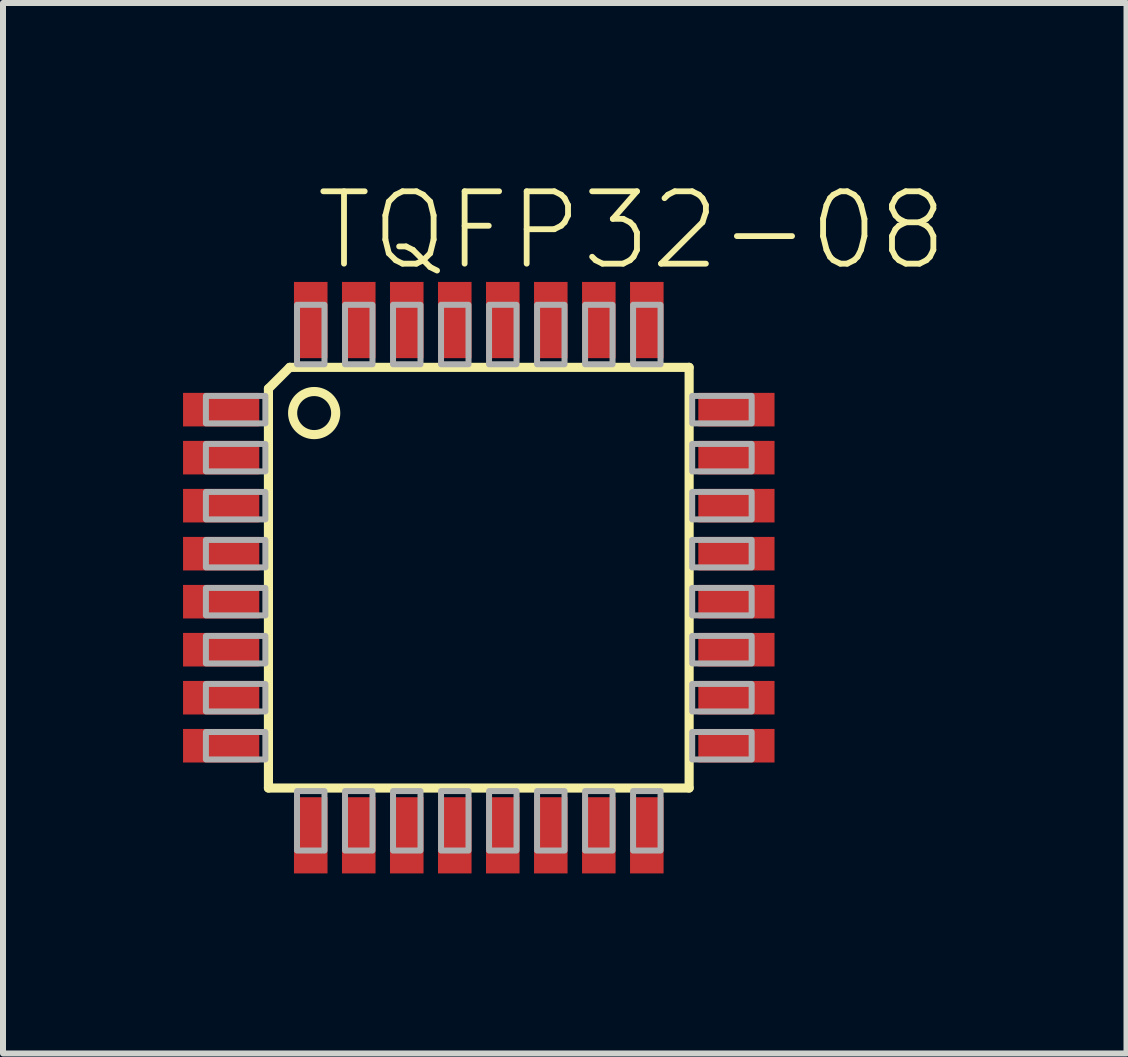
<source format=kicad_pcb>
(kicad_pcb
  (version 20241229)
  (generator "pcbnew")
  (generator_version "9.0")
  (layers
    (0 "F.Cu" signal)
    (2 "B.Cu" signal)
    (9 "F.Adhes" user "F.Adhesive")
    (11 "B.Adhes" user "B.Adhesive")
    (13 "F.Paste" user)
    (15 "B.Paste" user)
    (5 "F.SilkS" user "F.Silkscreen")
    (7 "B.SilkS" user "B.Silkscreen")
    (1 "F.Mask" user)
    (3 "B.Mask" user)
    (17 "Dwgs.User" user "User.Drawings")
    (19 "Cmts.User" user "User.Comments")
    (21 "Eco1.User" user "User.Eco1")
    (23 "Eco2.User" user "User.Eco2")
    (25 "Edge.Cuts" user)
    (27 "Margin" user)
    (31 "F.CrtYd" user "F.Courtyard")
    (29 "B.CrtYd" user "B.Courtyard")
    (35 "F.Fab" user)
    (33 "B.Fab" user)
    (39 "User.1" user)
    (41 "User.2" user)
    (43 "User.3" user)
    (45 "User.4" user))
  (footprint "TQFP32-08"
    (layer "F.Cu")
    (at 4.928 6.576)
    (property "Reference" "TQFP32-08" (at -2.769 -5.08 0) (layer "F.SilkS") (effects (font (size 1.206 1.206) (thickness 0.097)) (justify left bottom)))
    (attr through_hole)
    (fp_line (start -3.505 3.505) (end -3.505 -3.15) (stroke (width 0.152) (type solid)) (layer "F.SilkS"))
    (fp_line (start -3.15 -3.505) (end -3.505 -3.15) (stroke (width 0.152) (type solid)) (layer "F.SilkS"))
    (fp_line (start -3.15 -3.505) (end 3.505 -3.505) (stroke (width 0.152) (type solid)) (layer "F.SilkS"))
    (fp_line (start 3.505 -3.505) (end 3.505 3.505) (stroke (width 0.152) (type solid)) (layer "F.SilkS"))
    (fp_line (start 3.505 3.505) (end -3.505 3.505) (stroke (width 0.152) (type solid)) (layer "F.SilkS"))
    (fp_circle (center -2.743 -2.743) (end -2.384 -2.743) (stroke (width 0.152) (type solid)) (fill no) (layer "F.SilkS"))
    (fp_poly (pts (xy -4.547 -2.571) (xy -3.556 -2.571) (xy -3.556 -3.029) (xy -4.547 -3.029)) (stroke (width 0.1) (type solid)) (fill no) (layer "F.Fab"))
    (fp_poly (pts (xy -4.547 -1.771) (xy -3.556 -1.771) (xy -3.556 -2.229) (xy -4.547 -2.229)) (stroke (width 0.1) (type solid)) (fill no) (layer "F.Fab"))
    (fp_poly (pts (xy -4.547 -0.971) (xy -3.556 -0.971) (xy -3.556 -1.429) (xy -4.547 -1.429)) (stroke (width 0.1) (type solid)) (fill no) (layer "F.Fab"))
    (fp_poly (pts (xy -4.547 -0.171) (xy -3.556 -0.171) (xy -3.556 -0.629) (xy -4.547 -0.629)) (stroke (width 0.1) (type solid)) (fill no) (layer "F.Fab"))
    (fp_poly (pts (xy -4.547 0.629) (xy -3.556 0.629) (xy -3.556 0.171) (xy -4.547 0.171)) (stroke (width 0.1) (type solid)) (fill no) (layer "F.Fab"))
    (fp_poly (pts (xy -4.547 1.429) (xy -3.556 1.429) (xy -3.556 0.971) (xy -4.547 0.971)) (stroke (width 0.1) (type solid)) (fill no) (layer "F.Fab"))
    (fp_poly (pts (xy -4.547 2.229) (xy -3.556 2.229) (xy -3.556 1.771) (xy -4.547 1.771)) (stroke (width 0.1) (type solid)) (fill no) (layer "F.Fab"))
    (fp_poly (pts (xy -4.547 3.029) (xy -3.556 3.029) (xy -3.556 2.571) (xy -4.547 2.571)) (stroke (width 0.1) (type solid)) (fill no) (layer "F.Fab"))
    (fp_poly (pts (xy -3.029 -3.556) (xy -2.571 -3.556) (xy -2.571 -4.547) (xy -3.029 -4.547)) (stroke (width 0.1) (type solid)) (fill no) (layer "F.Fab"))
    (fp_poly (pts (xy -3.029 4.547) (xy -2.571 4.547) (xy -2.571 3.556) (xy -3.029 3.556)) (stroke (width 0.1) (type solid)) (fill no) (layer "F.Fab"))
    (fp_poly (pts (xy -2.229 -3.556) (xy -1.771 -3.556) (xy -1.771 -4.547) (xy -2.229 -4.547)) (stroke (width 0.1) (type solid)) (fill no) (layer "F.Fab"))
    (fp_poly (pts (xy -2.229 4.547) (xy -1.771 4.547) (xy -1.771 3.556) (xy -2.229 3.556)) (stroke (width 0.1) (type solid)) (fill no) (layer "F.Fab"))
    (fp_poly (pts (xy -1.429 -3.556) (xy -0.971 -3.556) (xy -0.971 -4.547) (xy -1.429 -4.547)) (stroke (width 0.1) (type solid)) (fill no) (layer "F.Fab"))
    (fp_poly (pts (xy -1.429 4.547) (xy -0.971 4.547) (xy -0.971 3.556) (xy -1.429 3.556)) (stroke (width 0.1) (type solid)) (fill no) (layer "F.Fab"))
    (fp_poly (pts (xy -0.629 -3.556) (xy -0.171 -3.556) (xy -0.171 -4.547) (xy -0.629 -4.547)) (stroke (width 0.1) (type solid)) (fill no) (layer "F.Fab"))
    (fp_poly (pts (xy -0.629 4.547) (xy -0.171 4.547) (xy -0.171 3.556) (xy -0.629 3.556)) (stroke (width 0.1) (type solid)) (fill no) (layer "F.Fab"))
    (fp_poly (pts (xy 0.171 -3.556) (xy 0.629 -3.556) (xy 0.629 -4.547) (xy 0.171 -4.547)) (stroke (width 0.1) (type solid)) (fill no) (layer "F.Fab"))
    (fp_poly (pts (xy 0.171 4.547) (xy 0.629 4.547) (xy 0.629 3.556) (xy 0.171 3.556)) (stroke (width 0.1) (type solid)) (fill no) (layer "F.Fab"))
    (fp_poly (pts (xy 0.971 -3.556) (xy 1.429 -3.556) (xy 1.429 -4.547) (xy 0.971 -4.547)) (stroke (width 0.1) (type solid)) (fill no) (layer "F.Fab"))
    (fp_poly (pts (xy 0.971 4.547) (xy 1.429 4.547) (xy 1.429 3.556) (xy 0.971 3.556)) (stroke (width 0.1) (type solid)) (fill no) (layer "F.Fab"))
    (fp_poly (pts (xy 1.771 -3.556) (xy 2.229 -3.556) (xy 2.229 -4.547) (xy 1.771 -4.547)) (stroke (width 0.1) (type solid)) (fill no) (layer "F.Fab"))
    (fp_poly (pts (xy 1.771 4.547) (xy 2.229 4.547) (xy 2.229 3.556) (xy 1.771 3.556)) (stroke (width 0.1) (type solid)) (fill no) (layer "F.Fab"))
    (fp_poly (pts (xy 2.571 -3.556) (xy 3.029 -3.556) (xy 3.029 -4.547) (xy 2.571 -4.547)) (stroke (width 0.1) (type solid)) (fill no) (layer "F.Fab"))
    (fp_poly (pts (xy 2.571 4.547) (xy 3.029 4.547) (xy 3.029 3.556) (xy 2.571 3.556)) (stroke (width 0.1) (type solid)) (fill no) (layer "F.Fab"))
    (fp_poly (pts (xy 3.556 -2.571) (xy 4.547 -2.571) (xy 4.547 -3.029) (xy 3.556 -3.029)) (stroke (width 0.1) (type solid)) (fill no) (layer "F.Fab"))
    (fp_poly (pts (xy 3.556 -1.771) (xy 4.547 -1.771) (xy 4.547 -2.229) (xy 3.556 -2.229)) (stroke (width 0.1) (type solid)) (fill no) (layer "F.Fab"))
    (fp_poly (pts (xy 3.556 -0.971) (xy 4.547 -0.971) (xy 4.547 -1.429) (xy 3.556 -1.429)) (stroke (width 0.1) (type solid)) (fill no) (layer "F.Fab"))
    (fp_poly (pts (xy 3.556 -0.171) (xy 4.547 -0.171) (xy 4.547 -0.629) (xy 3.556 -0.629)) (stroke (width 0.1) (type solid)) (fill no) (layer "F.Fab"))
    (fp_poly (pts (xy 3.556 0.629) (xy 4.547 0.629) (xy 4.547 0.171) (xy 3.556 0.171)) (stroke (width 0.1) (type solid)) (fill no) (layer "F.Fab"))
    (fp_poly (pts (xy 3.556 1.429) (xy 4.547 1.429) (xy 4.547 0.971) (xy 3.556 0.971)) (stroke (width 0.1) (type solid)) (fill no) (layer "F.Fab"))
    (fp_poly (pts (xy 3.556 2.229) (xy 4.547 2.229) (xy 4.547 1.771) (xy 3.556 1.771)) (stroke (width 0.1) (type solid)) (fill no) (layer "F.Fab"))
    (fp_poly (pts (xy 3.556 3.029) (xy 4.547 3.029) (xy 4.547 2.571) (xy 3.556 2.571)) (stroke (width 0.1) (type solid)) (fill no) (layer "F.Fab"))
    (pad "1" smd rect (at -4.293 -2.8) (size 1.27 0.559) (layers "F.Cu" "F.Mask" "F.Paste"))
    (pad "2" smd rect (at -4.293 -2) (size 1.27 0.559) (layers "F.Cu" "F.Mask" "F.Paste"))
    (pad "3" smd rect (at -4.293 -1.2) (size 1.27 0.559) (layers "F.Cu" "F.Mask" "F.Paste"))
    (pad "4" smd rect (at -4.293 -0.4) (size 1.27 0.559) (layers "F.Cu" "F.Mask" "F.Paste"))
    (pad "5" smd rect (at -4.293 0.4) (size 1.27 0.559) (layers "F.Cu" "F.Mask" "F.Paste"))
    (pad "6" smd rect (at -4.293 1.2) (size 1.27 0.559) (layers "F.Cu" "F.Mask" "F.Paste"))
    (pad "7" smd rect (at -4.293 2) (size 1.27 0.559) (layers "F.Cu" "F.Mask" "F.Paste"))
    (pad "8" smd rect (at -4.293 2.8) (size 1.27 0.559) (layers "F.Cu" "F.Mask" "F.Paste"))
    (pad "9" smd rect (at -2.8 4.293) (size 0.559 1.27) (layers "F.Cu" "F.Mask" "F.Paste"))
    (pad "10" smd rect (at -2 4.293) (size 0.559 1.27) (layers "F.Cu" "F.Mask" "F.Paste"))
    (pad "11" smd rect (at -1.2 4.293) (size 0.559 1.27) (layers "F.Cu" "F.Mask" "F.Paste"))
    (pad "12" smd rect (at -0.4 4.293) (size 0.559 1.27) (layers "F.Cu" "F.Mask" "F.Paste"))
    (pad "13" smd rect (at 0.4 4.293) (size 0.559 1.27) (layers "F.Cu" "F.Mask" "F.Paste"))
    (pad "14" smd rect (at 1.2 4.293) (size 0.559 1.27) (layers "F.Cu" "F.Mask" "F.Paste"))
    (pad "15" smd rect (at 2 4.293) (size 0.559 1.27) (layers "F.Cu" "F.Mask" "F.Paste"))
    (pad "16" smd rect (at 2.8 4.293) (size 0.559 1.27) (layers "F.Cu" "F.Mask" "F.Paste"))
    (pad "17" smd rect (at 4.293 2.8) (size 1.27 0.559) (layers "F.Cu" "F.Mask" "F.Paste"))
    (pad "18" smd rect (at 4.293 2) (size 1.27 0.559) (layers "F.Cu" "F.Mask" "F.Paste"))
    (pad "19" smd rect (at 4.293 1.2) (size 1.27 0.559) (layers "F.Cu" "F.Mask" "F.Paste"))
    (pad "20" smd rect (at 4.293 0.4) (size 1.27 0.559) (layers "F.Cu" "F.Mask" "F.Paste"))
    (pad "21" smd rect (at 4.293 -0.4) (size 1.27 0.559) (layers "F.Cu" "F.Mask" "F.Paste"))
    (pad "22" smd rect (at 4.293 -1.2) (size 1.27 0.559) (layers "F.Cu" "F.Mask" "F.Paste"))
    (pad "23" smd rect (at 4.293 -2) (size 1.27 0.559) (layers "F.Cu" "F.Mask" "F.Paste"))
    (pad "24" smd rect (at 4.293 -2.8) (size 1.27 0.559) (layers "F.Cu" "F.Mask" "F.Paste"))
    (pad "25" smd rect (at 2.8 -4.293) (size 0.559 1.27) (layers "F.Cu" "F.Mask" "F.Paste"))
    (pad "26" smd rect (at 2 -4.293) (size 0.559 1.27) (layers "F.Cu" "F.Mask" "F.Paste"))
    (pad "27" smd rect (at 1.2 -4.293) (size 0.559 1.27) (layers "F.Cu" "F.Mask" "F.Paste"))
    (pad "28" smd rect (at 0.4 -4.293) (size 0.559 1.27) (layers "F.Cu" "F.Mask" "F.Paste"))
    (pad "29" smd rect (at -0.4 -4.293) (size 0.559 1.27) (layers "F.Cu" "F.Mask" "F.Paste"))
    (pad "30" smd rect (at -1.2 -4.293) (size 0.559 1.27) (layers "F.Cu" "F.Mask" "F.Paste"))
    (pad "31" smd rect (at -2 -4.293) (size 0.559 1.27) (layers "F.Cu" "F.Mask" "F.Paste"))
    (pad "32" smd rect (at -2.8 -4.293) (size 0.559 1.27) (layers "F.Cu" "F.Mask" "F.Paste")))
  (gr_rect
    (start -3 -3)
    (end 15.721 14.504)
    (stroke (width 0.1) (type default))
    (fill no)
    (layer "Edge.Cuts")))
</source>
